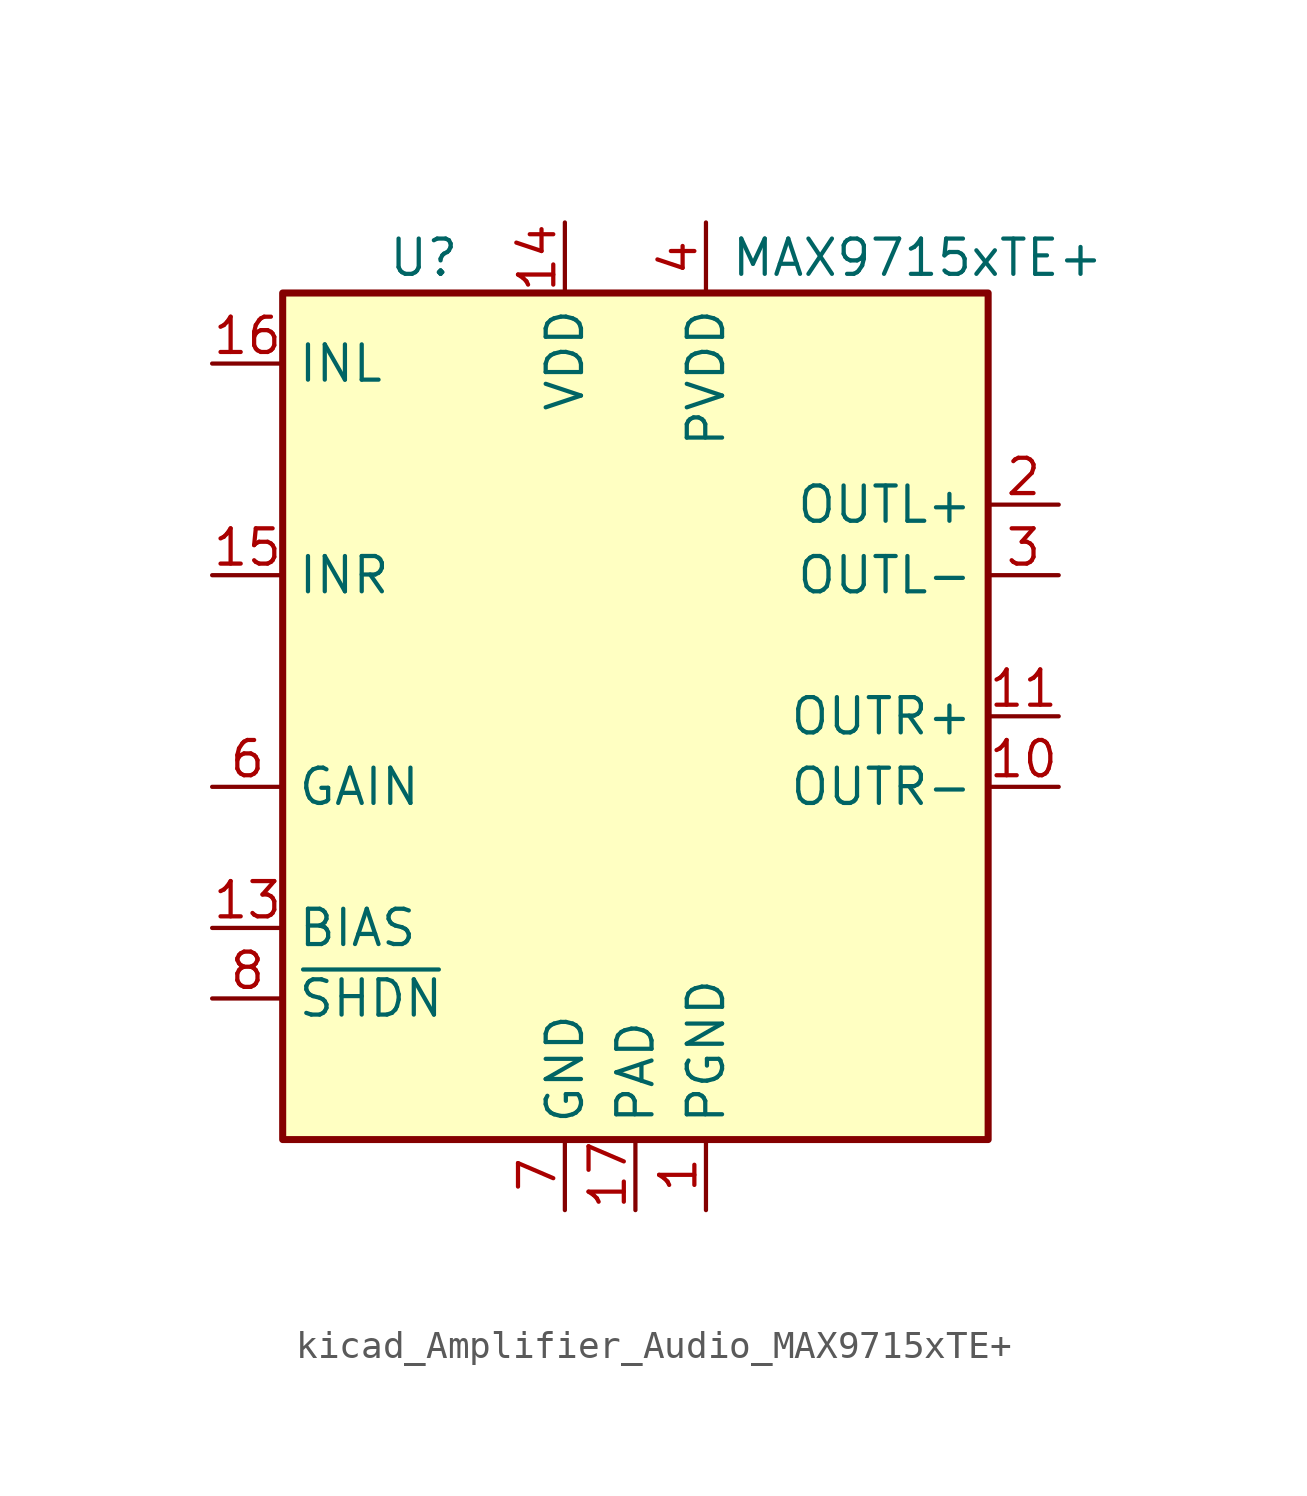
<source format=kicad_sym>
(kicad_symbol_lib
  (version 20220914)
  (generator kicad_symbol_editor)
  (symbol "kicad_Amplifier_Audio_MAX9715xTE+"
    (property "Reference" "U"
      (at -7.62 16.51 0)
      (effects (font (size 1.27 1.27))))
    (property "Value" "MAX9715xTE+"
      (at 10.16 16.51 0)
      (effects (font (size 1.27 1.27))))
    (symbol "kicad_Amplifier_Audio_MAX9715xTE+_0_1"
      (rectangle (start -12.7 15.24) (end 12.7 -15.24) (stroke (width 0.254) (type default)) (fill (type background))))
    (symbol "kicad_Amplifier_Audio_MAX9715xTE+_1_1"
      (pin power_in line (at 2.54 -17.78 90) (length 2.54) (name "PGND" (effects (font (size 1.27 1.27)))) (number "1" (effects (font (size 1.27 1.27)))))
      (pin output line (at 15.24 -2.54 180) (length 2.54) (name "OUTR-" (effects (font (size 1.27 1.27)))) (number "10" (effects (font (size 1.27 1.27)))))
      (pin output line (at 15.24 0 180) (length 2.54) (name "OUTR+" (effects (font (size 1.27 1.27)))) (number "11" (effects (font (size 1.27 1.27)))))
      (pin passive line (at 2.54 -17.78 90) (length 2.54) hide (name "PGND" (effects (font (size 1.27 1.27)))) (number "12" (effects (font (size 1.27 1.27)))))
      (pin passive line (at -15.24 -7.62 0) (length 2.54) (name "BIAS" (effects (font (size 1.27 1.27)))) (number "13" (effects (font (size 1.27 1.27)))))
      (pin power_in line (at -2.54 17.78 270) (length 2.54) (name "VDD" (effects (font (size 1.27 1.27)))) (number "14" (effects (font (size 1.27 1.27)))))
      (pin input line (at -15.24 5.08 0) (length 2.54) (name "INR" (effects (font (size 1.27 1.27)))) (number "15" (effects (font (size 1.27 1.27)))))
      (pin input line (at -15.24 12.7 0) (length 2.54) (name "INL" (effects (font (size 1.27 1.27)))) (number "16" (effects (font (size 1.27 1.27)))))
      (pin passive line (at 0 -17.78 90) (length 2.54) (name "PAD" (effects (font (size 1.27 1.27)))) (number "17" (effects (font (size 1.27 1.27)))))
      (pin output line (at 15.24 7.62 180) (length 2.54) (name "OUTL+" (effects (font (size 1.27 1.27)))) (number "2" (effects (font (size 1.27 1.27)))))
      (pin output line (at 15.24 5.08 180) (length 2.54) (name "OUTL-" (effects (font (size 1.27 1.27)))) (number "3" (effects (font (size 1.27 1.27)))))
      (pin power_in line (at 2.54 17.78 270) (length 2.54) (name "PVDD" (effects (font (size 1.27 1.27)))) (number "4" (effects (font (size 1.27 1.27)))))
      (pin no_connect line (at 10.16 5.08 180) (length 2.54) hide (name "NC" (effects (font (size 1.27 1.27)))) (number "5" (effects (font (size 1.27 1.27)))))
      (pin input line (at -15.24 -2.54 0) (length 2.54) (name "GAIN" (effects (font (size 1.27 1.27)))) (number "6" (effects (font (size 1.27 1.27)))))
      (pin power_in line (at -2.54 -17.78 90) (length 2.54) (name "GND" (effects (font (size 1.27 1.27)))) (number "7" (effects (font (size 1.27 1.27)))))
      (pin input line (at -15.24 -10.16 0) (length 2.54) (name "~{SHDN}" (effects (font (size 1.27 1.27)))) (number "8" (effects (font (size 1.27 1.27)))))
      (pin passive line (at 2.54 17.78 270) (length 2.54) hide (name "PVDD" (effects (font (size 1.27 1.27)))) (number "9" (effects (font (size 1.27 1.27))))))))
</source>
